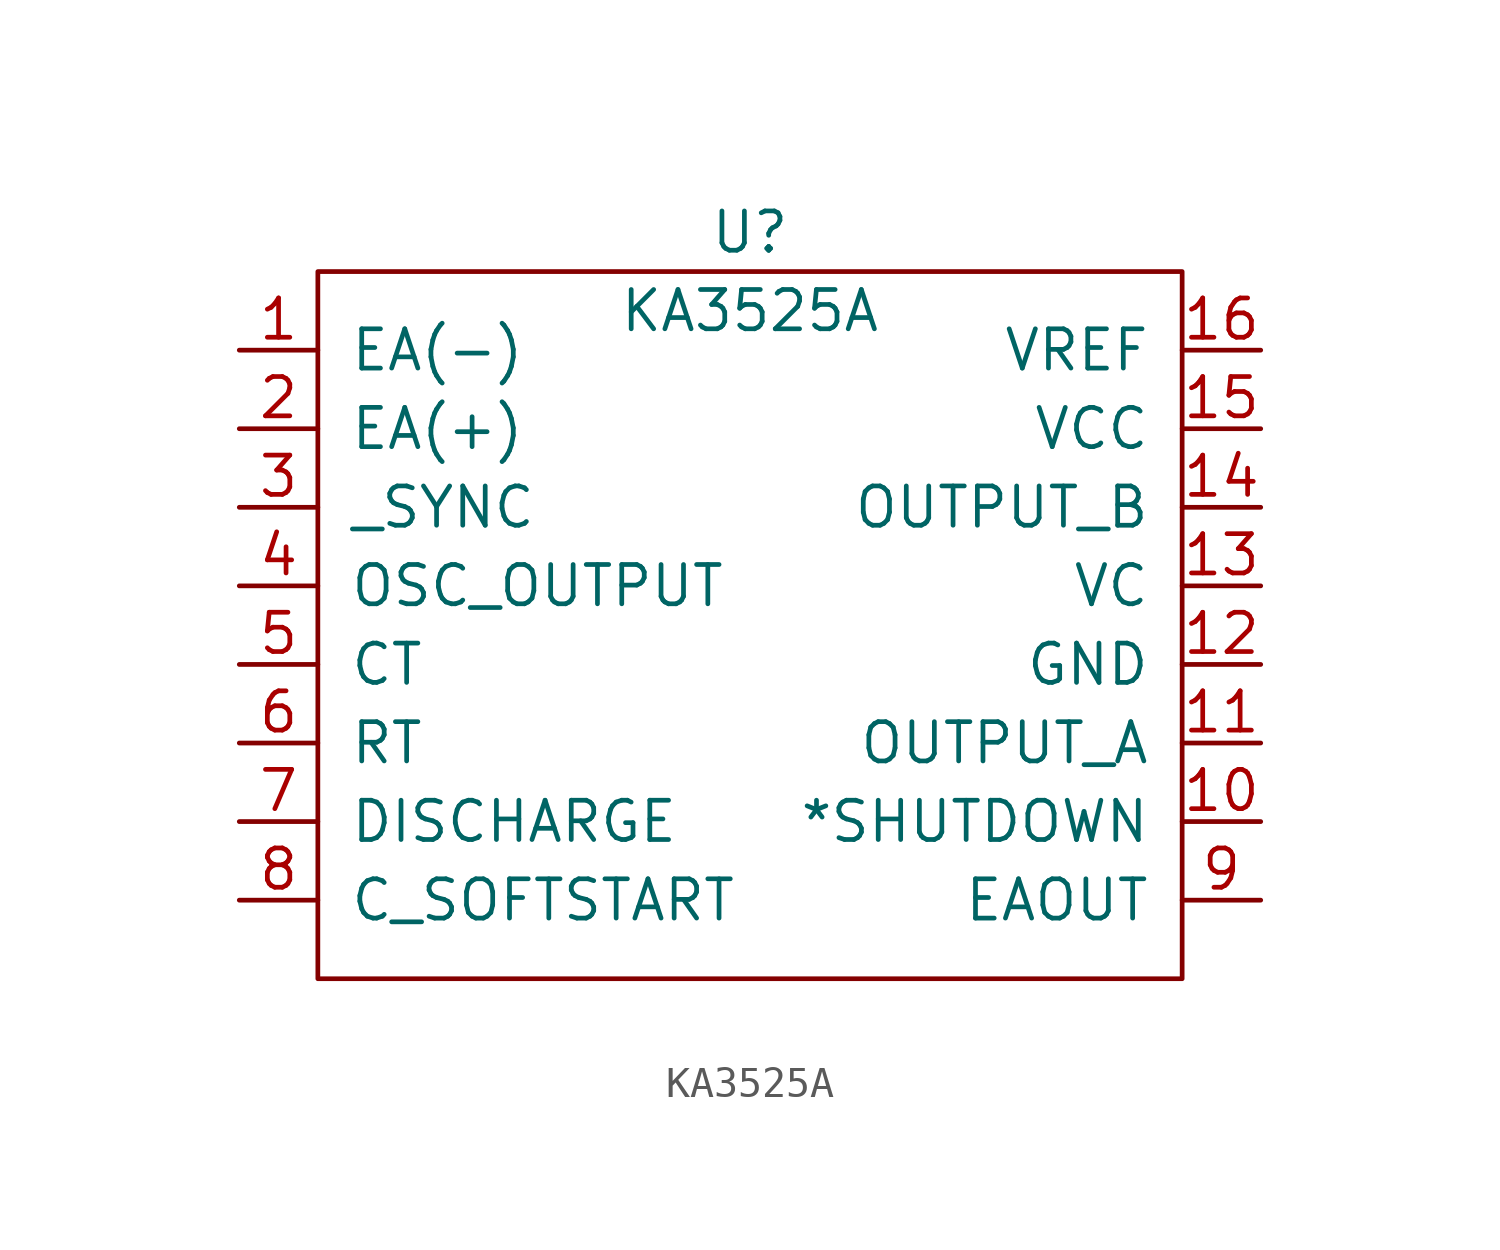
<source format=kicad_sym>
(kicad_symbol_lib
  (version 20220914)
  (generator kicad_symbol_editor)
  (symbol "KA3525A"
    (pin_names
      (offset 1.016))
    (property "Reference" "U"
      (at 0 12.7 0)
      (effects (font (size 1.27 1.27))))
    (property "Value" "KA3525A"
      (at 0 10.16 0)
      (effects (font (size 1.27 1.27))))
    (symbol "KA3525A_0_1"
      (rectangle (start -13.97 11.43) (end 13.97 -11.43) (stroke (width 0) (type solid)) (fill (type none))))
    (symbol "KA3525A_1_1"
      (pin input line (at -16.51 8.89 0) (length 2.54) (name "EA(-)" (effects (font (size 1.27 1.27)))) (number "1" (effects (font (size 1.27 1.27)))))
      (pin input line (at 16.51 -6.35 180) (length 2.54) (name "*SHUTDOWN" (effects (font (size 1.27 1.27)))) (number "10" (effects (font (size 1.27 1.27)))))
      (pin input line (at 16.51 -3.81 180) (length 2.54) (name "OUTPUT_A" (effects (font (size 1.27 1.27)))) (number "11" (effects (font (size 1.27 1.27)))))
      (pin input line (at 16.51 -1.27 180) (length 2.54) (name "GND" (effects (font (size 1.27 1.27)))) (number "12" (effects (font (size 1.27 1.27)))))
      (pin input line (at 16.51 1.27 180) (length 2.54) (name "VC" (effects (font (size 1.27 1.27)))) (number "13" (effects (font (size 1.27 1.27)))))
      (pin input line (at 16.51 3.81 180) (length 2.54) (name "OUTPUT_B" (effects (font (size 1.27 1.27)))) (number "14" (effects (font (size 1.27 1.27)))))
      (pin input line (at 16.51 6.35 180) (length 2.54) (name "VCC" (effects (font (size 1.27 1.27)))) (number "15" (effects (font (size 1.27 1.27)))))
      (pin input line (at 16.51 8.89 180) (length 2.54) (name "VREF" (effects (font (size 1.27 1.27)))) (number "16" (effects (font (size 1.27 1.27)))))
      (pin input line (at -16.51 6.35 0) (length 2.54) (name "EA(+)" (effects (font (size 1.27 1.27)))) (number "2" (effects (font (size 1.27 1.27)))))
      (pin input line (at -16.51 3.81 0) (length 2.54) (name "_SYNC" (effects (font (size 1.27 1.27)))) (number "3" (effects (font (size 1.27 1.27)))))
      (pin input line (at -16.51 1.27 0) (length 2.54) (name "OSC_OUTPUT" (effects (font (size 1.27 1.27)))) (number "4" (effects (font (size 1.27 1.27)))))
      (pin input line (at -16.51 -1.27 0) (length 2.54) (name "CT" (effects (font (size 1.27 1.27)))) (number "5" (effects (font (size 1.27 1.27)))))
      (pin input line (at -16.51 -3.81 0) (length 2.54) (name "RT" (effects (font (size 1.27 1.27)))) (number "6" (effects (font (size 1.27 1.27)))))
      (pin input line (at -16.51 -6.35 0) (length 2.54) (name "DISCHARGE" (effects (font (size 1.27 1.27)))) (number "7" (effects (font (size 1.27 1.27)))))
      (pin input line (at -16.51 -8.89 0) (length 2.54) (name "C_SOFTSTART" (effects (font (size 1.27 1.27)))) (number "8" (effects (font (size 1.27 1.27)))))
      (pin input line (at 16.51 -8.89 180) (length 2.54) (name "EAOUT" (effects (font (size 1.27 1.27)))) (number "9" (effects (font (size 1.27 1.27))))))))
</source>
